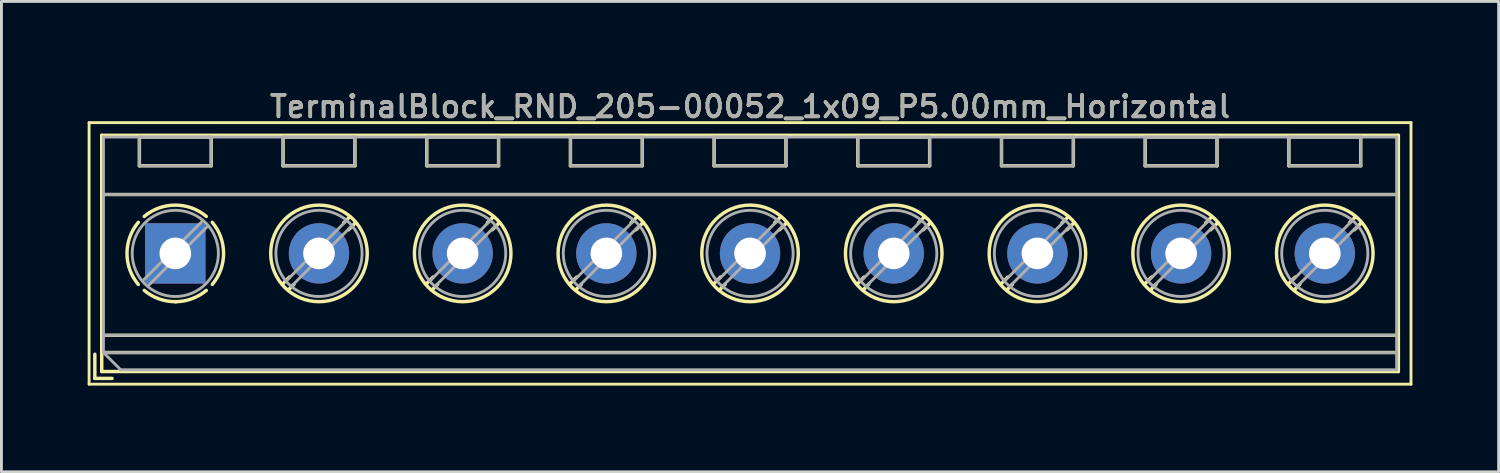
<source format=kicad_pcb>
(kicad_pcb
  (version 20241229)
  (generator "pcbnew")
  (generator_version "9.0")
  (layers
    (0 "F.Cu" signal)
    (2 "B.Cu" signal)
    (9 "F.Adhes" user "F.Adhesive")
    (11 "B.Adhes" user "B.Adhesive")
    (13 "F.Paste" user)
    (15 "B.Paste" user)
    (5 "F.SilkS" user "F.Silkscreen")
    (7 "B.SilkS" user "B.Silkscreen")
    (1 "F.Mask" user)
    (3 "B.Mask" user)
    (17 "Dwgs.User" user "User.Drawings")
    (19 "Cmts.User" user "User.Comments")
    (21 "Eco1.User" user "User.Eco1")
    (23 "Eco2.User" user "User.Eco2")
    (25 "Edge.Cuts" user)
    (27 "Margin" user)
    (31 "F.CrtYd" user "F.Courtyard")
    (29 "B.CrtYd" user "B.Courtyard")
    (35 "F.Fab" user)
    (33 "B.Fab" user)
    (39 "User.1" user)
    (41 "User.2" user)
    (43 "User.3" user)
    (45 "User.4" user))
  (footprint "TerminalBlock_RND_205-00052_1x09_P5.00mm_Horizontal"
    (layer "F.Cu")
    (at 3.05 5.768)
    (property "Reference" "TerminalBlock_RND_205-00052_1x09_P5.00mm_Horizontal" (at 20 -5.11 0) (layer "F.SilkS") (effects (font (size 0.75 0.75) (thickness 0.125))))
    (attr through_hole)
    (fp_line (start -3 -4.55) (end -3 4.55) (stroke (width 0.1) (type solid)) (layer "F.SilkS"))
    (fp_line (start -3 4.55) (end 43 4.55) (stroke (width 0.1) (type solid)) (layer "F.SilkS"))
    (fp_line (start -2.8 3.51) (end -2.8 4.35) (stroke (width 0.12) (type solid)) (layer "F.SilkS"))
    (fp_line (start -2.8 4.35) (end -2.2 4.35) (stroke (width 0.12) (type solid)) (layer "F.SilkS"))
    (fp_line (start -2.56 -4.11) (end -2.56 4.11) (stroke (width 0.12) (type solid)) (layer "F.SilkS"))
    (fp_line (start -2.56 -4.11) (end 42.56 -4.11) (stroke (width 0.12) (type solid)) (layer "F.SilkS"))
    (fp_line (start -2.56 -2.05) (end 42.56 -2.05) (stroke (width 0.12) (type solid)) (layer "F.SilkS"))
    (fp_line (start -2.56 2.85) (end 42.56 2.85) (stroke (width 0.12) (type solid)) (layer "F.SilkS"))
    (fp_line (start -2.56 3.45) (end 42.56 3.45) (stroke (width 0.12) (type solid)) (layer "F.SilkS"))
    (fp_line (start -2.56 4.11) (end 42.56 4.11) (stroke (width 0.12) (type solid)) (layer "F.SilkS"))
    (fp_line (start -1.25 -4.05) (end -1.25 -3.05) (stroke (width 0.12) (type solid)) (layer "F.SilkS"))
    (fp_line (start -1.25 -4.05) (end 1.25 -4.05) (stroke (width 0.12) (type solid)) (layer "F.SilkS"))
    (fp_line (start -1.25 -3.05) (end 1.25 -3.05) (stroke (width 0.12) (type solid)) (layer "F.SilkS"))
    (fp_line (start 1.25 -4.05) (end 1.25 -3.05) (stroke (width 0.12) (type solid)) (layer "F.SilkS"))
    (fp_line (start 3.75 -4.05) (end 3.75 -3.05) (stroke (width 0.12) (type solid)) (layer "F.SilkS"))
    (fp_line (start 3.75 -4.05) (end 6.25 -4.05) (stroke (width 0.12) (type solid)) (layer "F.SilkS"))
    (fp_line (start 3.75 -3.05) (end 6.25 -3.05) (stroke (width 0.12) (type solid)) (layer "F.SilkS"))
    (fp_line (start 3.972 0.823) (end 3.726 1.069) (stroke (width 0.12) (type solid)) (layer "F.SilkS"))
    (fp_line (start 4.13 1.075) (end 3.931 1.274) (stroke (width 0.12) (type solid)) (layer "F.SilkS"))
    (fp_line (start 6.07 -1.275) (end 5.859 -1.064) (stroke (width 0.12) (type solid)) (layer "F.SilkS"))
    (fp_line (start 6.25 -4.05) (end 6.25 -3.05) (stroke (width 0.12) (type solid)) (layer "F.SilkS"))
    (fp_line (start 6.275 -1.069) (end 6.029 -0.823) (stroke (width 0.12) (type solid)) (layer "F.SilkS"))
    (fp_line (start 8.75 -4.05) (end 8.75 -3.05) (stroke (width 0.12) (type solid)) (layer "F.SilkS"))
    (fp_line (start 8.75 -4.05) (end 11.25 -4.05) (stroke (width 0.12) (type solid)) (layer "F.SilkS"))
    (fp_line (start 8.75 -3.05) (end 11.25 -3.05) (stroke (width 0.12) (type solid)) (layer "F.SilkS"))
    (fp_line (start 8.972 0.823) (end 8.726 1.069) (stroke (width 0.12) (type solid)) (layer "F.SilkS"))
    (fp_line (start 9.13 1.075) (end 8.931 1.274) (stroke (width 0.12) (type solid)) (layer "F.SilkS"))
    (fp_line (start 11.07 -1.275) (end 10.859 -1.064) (stroke (width 0.12) (type solid)) (layer "F.SilkS"))
    (fp_line (start 11.25 -4.05) (end 11.25 -3.05) (stroke (width 0.12) (type solid)) (layer "F.SilkS"))
    (fp_line (start 11.275 -1.069) (end 11.029 -0.823) (stroke (width 0.12) (type solid)) (layer "F.SilkS"))
    (fp_line (start 13.75 -4.05) (end 13.75 -3.05) (stroke (width 0.12) (type solid)) (layer "F.SilkS"))
    (fp_line (start 13.75 -4.05) (end 16.25 -4.05) (stroke (width 0.12) (type solid)) (layer "F.SilkS"))
    (fp_line (start 13.75 -3.05) (end 16.25 -3.05) (stroke (width 0.12) (type solid)) (layer "F.SilkS"))
    (fp_line (start 13.972 0.823) (end 13.726 1.069) (stroke (width 0.12) (type solid)) (layer "F.SilkS"))
    (fp_line (start 14.13 1.075) (end 13.931 1.274) (stroke (width 0.12) (type solid)) (layer "F.SilkS"))
    (fp_line (start 16.07 -1.275) (end 15.859 -1.064) (stroke (width 0.12) (type solid)) (layer "F.SilkS"))
    (fp_line (start 16.25 -4.05) (end 16.25 -3.05) (stroke (width 0.12) (type solid)) (layer "F.SilkS"))
    (fp_line (start 16.275 -1.069) (end 16.029 -0.823) (stroke (width 0.12) (type solid)) (layer "F.SilkS"))
    (fp_line (start 18.75 -4.05) (end 18.75 -3.05) (stroke (width 0.12) (type solid)) (layer "F.SilkS"))
    (fp_line (start 18.75 -4.05) (end 21.25 -4.05) (stroke (width 0.12) (type solid)) (layer "F.SilkS"))
    (fp_line (start 18.75 -3.05) (end 21.25 -3.05) (stroke (width 0.12) (type solid)) (layer "F.SilkS"))
    (fp_line (start 18.972 0.823) (end 18.726 1.069) (stroke (width 0.12) (type solid)) (layer "F.SilkS"))
    (fp_line (start 19.13 1.075) (end 18.931 1.274) (stroke (width 0.12) (type solid)) (layer "F.SilkS"))
    (fp_line (start 21.07 -1.275) (end 20.859 -1.064) (stroke (width 0.12) (type solid)) (layer "F.SilkS"))
    (fp_line (start 21.25 -4.05) (end 21.25 -3.05) (stroke (width 0.12) (type solid)) (layer "F.SilkS"))
    (fp_line (start 21.275 -1.069) (end 21.029 -0.823) (stroke (width 0.12) (type solid)) (layer "F.SilkS"))
    (fp_line (start 23.75 -4.05) (end 23.75 -3.05) (stroke (width 0.12) (type solid)) (layer "F.SilkS"))
    (fp_line (start 23.75 -4.05) (end 26.25 -4.05) (stroke (width 0.12) (type solid)) (layer "F.SilkS"))
    (fp_line (start 23.75 -3.05) (end 26.25 -3.05) (stroke (width 0.12) (type solid)) (layer "F.SilkS"))
    (fp_line (start 23.972 0.823) (end 23.726 1.069) (stroke (width 0.12) (type solid)) (layer "F.SilkS"))
    (fp_line (start 24.13 1.075) (end 23.931 1.274) (stroke (width 0.12) (type solid)) (layer "F.SilkS"))
    (fp_line (start 26.07 -1.275) (end 25.859 -1.064) (stroke (width 0.12) (type solid)) (layer "F.SilkS"))
    (fp_line (start 26.25 -4.05) (end 26.25 -3.05) (stroke (width 0.12) (type solid)) (layer "F.SilkS"))
    (fp_line (start 26.275 -1.069) (end 26.029 -0.823) (stroke (width 0.12) (type solid)) (layer "F.SilkS"))
    (fp_line (start 28.75 -4.05) (end 28.75 -3.05) (stroke (width 0.12) (type solid)) (layer "F.SilkS"))
    (fp_line (start 28.75 -4.05) (end 31.25 -4.05) (stroke (width 0.12) (type solid)) (layer "F.SilkS"))
    (fp_line (start 28.75 -3.05) (end 31.25 -3.05) (stroke (width 0.12) (type solid)) (layer "F.SilkS"))
    (fp_line (start 28.972 0.823) (end 28.726 1.069) (stroke (width 0.12) (type solid)) (layer "F.SilkS"))
    (fp_line (start 29.13 1.075) (end 28.931 1.274) (stroke (width 0.12) (type solid)) (layer "F.SilkS"))
    (fp_line (start 31.07 -1.275) (end 30.859 -1.064) (stroke (width 0.12) (type solid)) (layer "F.SilkS"))
    (fp_line (start 31.25 -4.05) (end 31.25 -3.05) (stroke (width 0.12) (type solid)) (layer "F.SilkS"))
    (fp_line (start 31.275 -1.069) (end 31.029 -0.823) (stroke (width 0.12) (type solid)) (layer "F.SilkS"))
    (fp_line (start 33.75 -4.05) (end 33.75 -3.05) (stroke (width 0.12) (type solid)) (layer "F.SilkS"))
    (fp_line (start 33.75 -4.05) (end 36.25 -4.05) (stroke (width 0.12) (type solid)) (layer "F.SilkS"))
    (fp_line (start 33.75 -3.05) (end 36.25 -3.05) (stroke (width 0.12) (type solid)) (layer "F.SilkS"))
    (fp_line (start 33.972 0.823) (end 33.726 1.069) (stroke (width 0.12) (type solid)) (layer "F.SilkS"))
    (fp_line (start 34.13 1.075) (end 33.931 1.274) (stroke (width 0.12) (type solid)) (layer "F.SilkS"))
    (fp_line (start 36.07 -1.275) (end 35.859 -1.064) (stroke (width 0.12) (type solid)) (layer "F.SilkS"))
    (fp_line (start 36.25 -4.05) (end 36.25 -3.05) (stroke (width 0.12) (type solid)) (layer "F.SilkS"))
    (fp_line (start 36.275 -1.069) (end 36.029 -0.823) (stroke (width 0.12) (type solid)) (layer "F.SilkS"))
    (fp_line (start 38.75 -4.05) (end 38.75 -3.05) (stroke (width 0.12) (type solid)) (layer "F.SilkS"))
    (fp_line (start 38.75 -4.05) (end 41.25 -4.05) (stroke (width 0.12) (type solid)) (layer "F.SilkS"))
    (fp_line (start 38.75 -3.05) (end 41.25 -3.05) (stroke (width 0.12) (type solid)) (layer "F.SilkS"))
    (fp_line (start 38.972 0.823) (end 38.726 1.069) (stroke (width 0.12) (type solid)) (layer "F.SilkS"))
    (fp_line (start 39.13 1.075) (end 38.931 1.274) (stroke (width 0.12) (type solid)) (layer "F.SilkS"))
    (fp_line (start 41.07 -1.275) (end 40.859 -1.064) (stroke (width 0.12) (type solid)) (layer "F.SilkS"))
    (fp_line (start 41.25 -4.05) (end 41.25 -3.05) (stroke (width 0.12) (type solid)) (layer "F.SilkS"))
    (fp_line (start 41.275 -1.069) (end 41.029 -0.823) (stroke (width 0.12) (type solid)) (layer "F.SilkS"))
    (fp_line (start 42.56 -4.11) (end 42.56 4.11) (stroke (width 0.12) (type solid)) (layer "F.SilkS"))
    (fp_line (start 43 -4.55) (end -3 -4.55) (stroke (width 0.1) (type solid)) (layer "F.SilkS"))
    (fp_line (start 43 4.55) (end 43 -4.55) (stroke (width 0.1) (type solid)) (layer "F.SilkS"))
    (fp_arc (start -1.288062 1.079734) (mid -1.680752 -0.000826) (end -1.287 -1.081) (stroke (width 0.12) (type solid)) (layer "F.SilkS"))
    (fp_arc (start -1.079908 -1.287078) (mid 0.00006 -1.68011) (end 1.08 -1.287) (stroke (width 0.12) (type solid)) (layer "F.SilkS"))
    (fp_arc (start 0.028507 1.680511) (mid -0.561826 1.584071) (end -1.081 1.287) (stroke (width 0.12) (type solid)) (layer "F.SilkS"))
    (fp_arc (start 1.079883 1.286955) (mid 0.574594 1.578684) (end 0 1.68) (stroke (width 0.12) (type solid)) (layer "F.SilkS"))
    (fp_arc (start 1.287078 -1.079908) (mid 1.68011 0.00006) (end 1.287 1.08) (stroke (width 0.12) (type solid)) (layer "F.SilkS"))
    (fp_circle (center 5 0) (end 6.68 0) (stroke (width 0.12) (type solid)) (fill no) (layer "F.SilkS"))
    (fp_circle (center 10 0) (end 11.68 0) (stroke (width 0.12) (type solid)) (fill no) (layer "F.SilkS"))
    (fp_circle (center 15 0) (end 16.68 0) (stroke (width 0.12) (type solid)) (fill no) (layer "F.SilkS"))
    (fp_circle (center 20 0) (end 21.68 0) (stroke (width 0.12) (type solid)) (fill no) (layer "F.SilkS"))
    (fp_circle (center 25 0) (end 26.68 0) (stroke (width 0.12) (type solid)) (fill no) (layer "F.SilkS"))
    (fp_circle (center 30 0) (end 31.68 0) (stroke (width 0.12) (type solid)) (fill no) (layer "F.SilkS"))
    (fp_circle (center 35 0) (end 36.68 0) (stroke (width 0.12) (type solid)) (fill no) (layer "F.SilkS"))
    (fp_circle (center 40 0) (end 41.68 0) (stroke (width 0.12) (type solid)) (fill no) (layer "F.SilkS"))
    (fp_line (start -2.5 -4.05) (end 42.5 -4.05) (stroke (width 0.1) (type solid)) (layer "F.Fab"))
    (fp_line (start -2.5 -2.05) (end 42.5 -2.05) (stroke (width 0.1) (type solid)) (layer "F.Fab"))
    (fp_line (start -2.5 2.85) (end 42.5 2.85) (stroke (width 0.1) (type solid)) (layer "F.Fab"))
    (fp_line (start -2.5 3.45) (end -2.5 -4.05) (stroke (width 0.1) (type solid)) (layer "F.Fab"))
    (fp_line (start -2.5 3.45) (end 42.5 3.45) (stroke (width 0.1) (type solid)) (layer "F.Fab"))
    (fp_line (start -1.9 4.05) (end -2.5 3.45) (stroke (width 0.1) (type solid)) (layer "F.Fab"))
    (fp_line (start -1.25 -4.05) (end -1.25 -3.05) (stroke (width 0.1) (type solid)) (layer "F.Fab"))
    (fp_line (start -1.25 -3.05) (end 1.25 -3.05) (stroke (width 0.1) (type solid)) (layer "F.Fab"))
    (fp_line (start 0.955 -1.138) (end -1.138 0.955) (stroke (width 0.1) (type solid)) (layer "F.Fab"))
    (fp_line (start 1.138 -0.955) (end -0.955 1.138) (stroke (width 0.1) (type solid)) (layer "F.Fab"))
    (fp_line (start 1.25 -4.05) (end -1.25 -4.05) (stroke (width 0.1) (type solid)) (layer "F.Fab"))
    (fp_line (start 1.25 -3.05) (end 1.25 -4.05) (stroke (width 0.1) (type solid)) (layer "F.Fab"))
    (fp_line (start 3.75 -4.05) (end 3.75 -3.05) (stroke (width 0.1) (type solid)) (layer "F.Fab"))
    (fp_line (start 3.75 -3.05) (end 6.25 -3.05) (stroke (width 0.1) (type solid)) (layer "F.Fab"))
    (fp_line (start 5.955 -1.138) (end 3.863 0.955) (stroke (width 0.1) (type solid)) (layer "F.Fab"))
    (fp_line (start 6.138 -0.955) (end 4.046 1.138) (stroke (width 0.1) (type solid)) (layer "F.Fab"))
    (fp_line (start 6.25 -4.05) (end 3.75 -4.05) (stroke (width 0.1) (type solid)) (layer "F.Fab"))
    (fp_line (start 6.25 -3.05) (end 6.25 -4.05) (stroke (width 0.1) (type solid)) (layer "F.Fab"))
    (fp_line (start 8.75 -4.05) (end 8.75 -3.05) (stroke (width 0.1) (type solid)) (layer "F.Fab"))
    (fp_line (start 8.75 -3.05) (end 11.25 -3.05) (stroke (width 0.1) (type solid)) (layer "F.Fab"))
    (fp_line (start 10.955 -1.138) (end 8.863 0.955) (stroke (width 0.1) (type solid)) (layer "F.Fab"))
    (fp_line (start 11.138 -0.955) (end 9.046 1.138) (stroke (width 0.1) (type solid)) (layer "F.Fab"))
    (fp_line (start 11.25 -4.05) (end 8.75 -4.05) (stroke (width 0.1) (type solid)) (layer "F.Fab"))
    (fp_line (start 11.25 -3.05) (end 11.25 -4.05) (stroke (width 0.1) (type solid)) (layer "F.Fab"))
    (fp_line (start 13.75 -4.05) (end 13.75 -3.05) (stroke (width 0.1) (type solid)) (layer "F.Fab"))
    (fp_line (start 13.75 -3.05) (end 16.25 -3.05) (stroke (width 0.1) (type solid)) (layer "F.Fab"))
    (fp_line (start 15.955 -1.138) (end 13.863 0.955) (stroke (width 0.1) (type solid)) (layer "F.Fab"))
    (fp_line (start 16.138 -0.955) (end 14.046 1.138) (stroke (width 0.1) (type solid)) (layer "F.Fab"))
    (fp_line (start 16.25 -4.05) (end 13.75 -4.05) (stroke (width 0.1) (type solid)) (layer "F.Fab"))
    (fp_line (start 16.25 -3.05) (end 16.25 -4.05) (stroke (width 0.1) (type solid)) (layer "F.Fab"))
    (fp_line (start 18.75 -4.05) (end 18.75 -3.05) (stroke (width 0.1) (type solid)) (layer "F.Fab"))
    (fp_line (start 18.75 -3.05) (end 21.25 -3.05) (stroke (width 0.1) (type solid)) (layer "F.Fab"))
    (fp_line (start 20.955 -1.138) (end 18.863 0.955) (stroke (width 0.1) (type solid)) (layer "F.Fab"))
    (fp_line (start 21.138 -0.955) (end 19.046 1.138) (stroke (width 0.1) (type solid)) (layer "F.Fab"))
    (fp_line (start 21.25 -4.05) (end 18.75 -4.05) (stroke (width 0.1) (type solid)) (layer "F.Fab"))
    (fp_line (start 21.25 -3.05) (end 21.25 -4.05) (stroke (width 0.1) (type solid)) (layer "F.Fab"))
    (fp_line (start 23.75 -4.05) (end 23.75 -3.05) (stroke (width 0.1) (type solid)) (layer "F.Fab"))
    (fp_line (start 23.75 -3.05) (end 26.25 -3.05) (stroke (width 0.1) (type solid)) (layer "F.Fab"))
    (fp_line (start 25.955 -1.138) (end 23.863 0.955) (stroke (width 0.1) (type solid)) (layer "F.Fab"))
    (fp_line (start 26.138 -0.955) (end 24.046 1.138) (stroke (width 0.1) (type solid)) (layer "F.Fab"))
    (fp_line (start 26.25 -4.05) (end 23.75 -4.05) (stroke (width 0.1) (type solid)) (layer "F.Fab"))
    (fp_line (start 26.25 -3.05) (end 26.25 -4.05) (stroke (width 0.1) (type solid)) (layer "F.Fab"))
    (fp_line (start 28.75 -4.05) (end 28.75 -3.05) (stroke (width 0.1) (type solid)) (layer "F.Fab"))
    (fp_line (start 28.75 -3.05) (end 31.25 -3.05) (stroke (width 0.1) (type solid)) (layer "F.Fab"))
    (fp_line (start 30.955 -1.138) (end 28.863 0.955) (stroke (width 0.1) (type solid)) (layer "F.Fab"))
    (fp_line (start 31.138 -0.955) (end 29.046 1.138) (stroke (width 0.1) (type solid)) (layer "F.Fab"))
    (fp_line (start 31.25 -4.05) (end 28.75 -4.05) (stroke (width 0.1) (type solid)) (layer "F.Fab"))
    (fp_line (start 31.25 -3.05) (end 31.25 -4.05) (stroke (width 0.1) (type solid)) (layer "F.Fab"))
    (fp_line (start 33.75 -4.05) (end 33.75 -3.05) (stroke (width 0.1) (type solid)) (layer "F.Fab"))
    (fp_line (start 33.75 -3.05) (end 36.25 -3.05) (stroke (width 0.1) (type solid)) (layer "F.Fab"))
    (fp_line (start 35.955 -1.138) (end 33.863 0.955) (stroke (width 0.1) (type solid)) (layer "F.Fab"))
    (fp_line (start 36.138 -0.955) (end 34.046 1.138) (stroke (width 0.1) (type solid)) (layer "F.Fab"))
    (fp_line (start 36.25 -4.05) (end 33.75 -4.05) (stroke (width 0.1) (type solid)) (layer "F.Fab"))
    (fp_line (start 36.25 -3.05) (end 36.25 -4.05) (stroke (width 0.1) (type solid)) (layer "F.Fab"))
    (fp_line (start 38.75 -4.05) (end 38.75 -3.05) (stroke (width 0.1) (type solid)) (layer "F.Fab"))
    (fp_line (start 38.75 -3.05) (end 41.25 -3.05) (stroke (width 0.1) (type solid)) (layer "F.Fab"))
    (fp_line (start 40.955 -1.138) (end 38.863 0.955) (stroke (width 0.1) (type solid)) (layer "F.Fab"))
    (fp_line (start 41.138 -0.955) (end 39.046 1.138) (stroke (width 0.1) (type solid)) (layer "F.Fab"))
    (fp_line (start 41.25 -4.05) (end 38.75 -4.05) (stroke (width 0.1) (type solid)) (layer "F.Fab"))
    (fp_line (start 41.25 -3.05) (end 41.25 -4.05) (stroke (width 0.1) (type solid)) (layer "F.Fab"))
    (fp_line (start 42.5 -4.05) (end 42.5 4.05) (stroke (width 0.1) (type solid)) (layer "F.Fab"))
    (fp_line (start 42.5 4.05) (end -1.9 4.05) (stroke (width 0.1) (type solid)) (layer "F.Fab"))
    (fp_circle (center 0 0) (end 1.5 0) (stroke (width 0.1) (type solid)) (fill no) (layer "F.Fab"))
    (fp_circle (center 5 0) (end 6.5 0) (stroke (width 0.1) (type solid)) (fill no) (layer "F.Fab"))
    (fp_circle (center 10 0) (end 11.5 0) (stroke (width 0.1) (type solid)) (fill no) (layer "F.Fab"))
    (fp_circle (center 15 0) (end 16.5 0) (stroke (width 0.1) (type solid)) (fill no) (layer "F.Fab"))
    (fp_circle (center 20 0) (end 21.5 0) (stroke (width 0.1) (type solid)) (fill no) (layer "F.Fab"))
    (fp_circle (center 25 0) (end 26.5 0) (stroke (width 0.1) (type solid)) (fill no) (layer "F.Fab"))
    (fp_circle (center 30 0) (end 31.5 0) (stroke (width 0.1) (type solid)) (fill no) (layer "F.Fab"))
    (fp_circle (center 35 0) (end 36.5 0) (stroke (width 0.1) (type solid)) (fill no) (layer "F.Fab"))
    (fp_circle (center 40 0) (end 41.5 0) (stroke (width 0.1) (type solid)) (fill no) (layer "F.Fab"))
    (fp_text user "${REFERENCE}" (at 20 -5.11 0) (layer "F.Fab") (effects (font (size 0.75 0.75) (thickness 0.125))))
    (pad "1" thru_hole rect (at 0 0) (size 2.1 2.1) (drill 1.1) (layers "*.Cu" "*.Mask"))
    (pad "2" thru_hole circle (at 5 0) (size 2.1 2.1) (drill 1.1) (layers "*.Cu" "*.Mask"))
    (pad "3" thru_hole circle (at 10 0) (size 2.1 2.1) (drill 1.1) (layers "*.Cu" "*.Mask"))
    (pad "4" thru_hole circle (at 15 0) (size 2.1 2.1) (drill 1.1) (layers "*.Cu" "*.Mask"))
    (pad "5" thru_hole circle (at 20 0) (size 2.1 2.1) (drill 1.1) (layers "*.Cu" "*.Mask"))
    (pad "6" thru_hole circle (at 25 0) (size 2.1 2.1) (drill 1.1) (layers "*.Cu" "*.Mask"))
    (pad "7" thru_hole circle (at 30 0) (size 2.1 2.1) (drill 1.1) (layers "*.Cu" "*.Mask"))
    (pad "8" thru_hole circle (at 35 0) (size 2.1 2.1) (drill 1.1) (layers "*.Cu" "*.Mask"))
    (pad "9" thru_hole circle (at 40 0) (size 2.1 2.1) (drill 1.1) (layers "*.Cu" "*.Mask")))
  (gr_rect
    (start -3 -3)
    (end 49.1 13.368)
    (stroke (width 0.1) (type default))
    (fill no)
    (layer "Edge.Cuts")))
</source>
